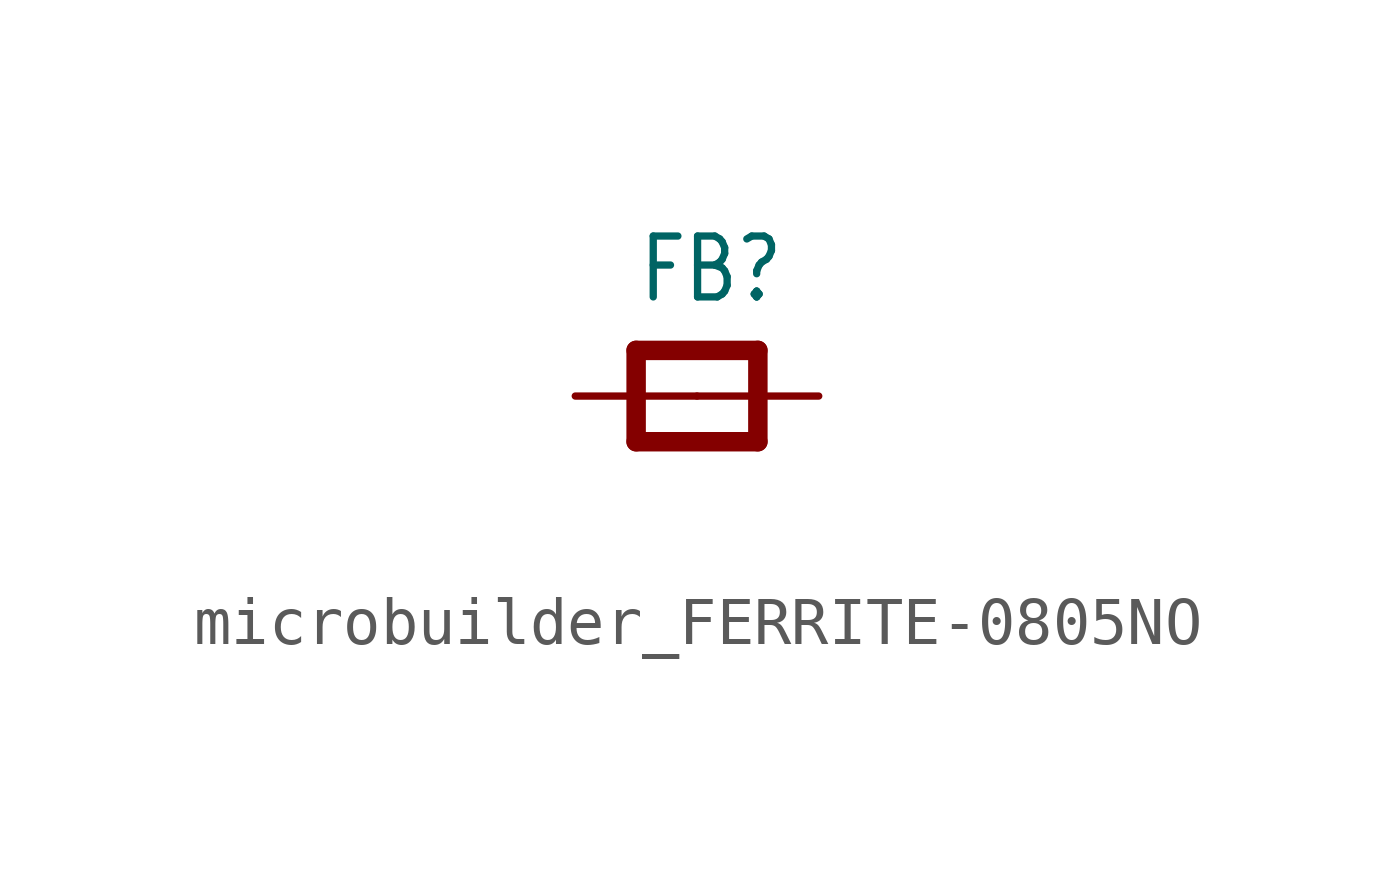
<source format=kicad_sym>
(kicad_symbol_lib
  (version 20220914)
  (generator kicad_symbol_editor)
  (symbol "microbuilder_FERRITE-0805NO"
    (property "Reference" "FB"
      (at -1.27 1.905 0)
      (effects (font (size 1.27 1.079)) (justify left bottom)))
    (property "Value" ""
      (at -1.27 -3.175 0)
      (effects (font (size 1.27 1.079)) (justify left bottom)))
    (property "ki_locked" ""
      (at 0 0 0)
      (effects (font (size 1.27 1.27))))
    (symbol "microbuilder_FERRITE-0805NO_1_0"
      (polyline (pts (xy -1.27 -0.953) (xy -1.27 0.953)) (stroke (width 0.406) (type solid)) (fill (type none)))
      (polyline (pts (xy -1.27 0.953) (xy 1.27 0.953)) (stroke (width 0.406) (type solid)) (fill (type none)))
      (polyline (pts (xy 1.27 -0.953) (xy -1.27 -0.953)) (stroke (width 0.406) (type solid)) (fill (type none)))
      (polyline (pts (xy 1.27 0.953) (xy 1.27 -0.953)) (stroke (width 0.406) (type solid)) (fill (type none)))
      (pin passive line (at -2.54 0 0) (length 2.54) (name "P$1" (effects (font (size 0 0)))) (number "1" (effects (font (size 0 0)))))
      (pin passive line (at 2.54 0 180) (length 2.54) (name "P$2" (effects (font (size 0 0)))) (number "2" (effects (font (size 0 0))))))))
</source>
